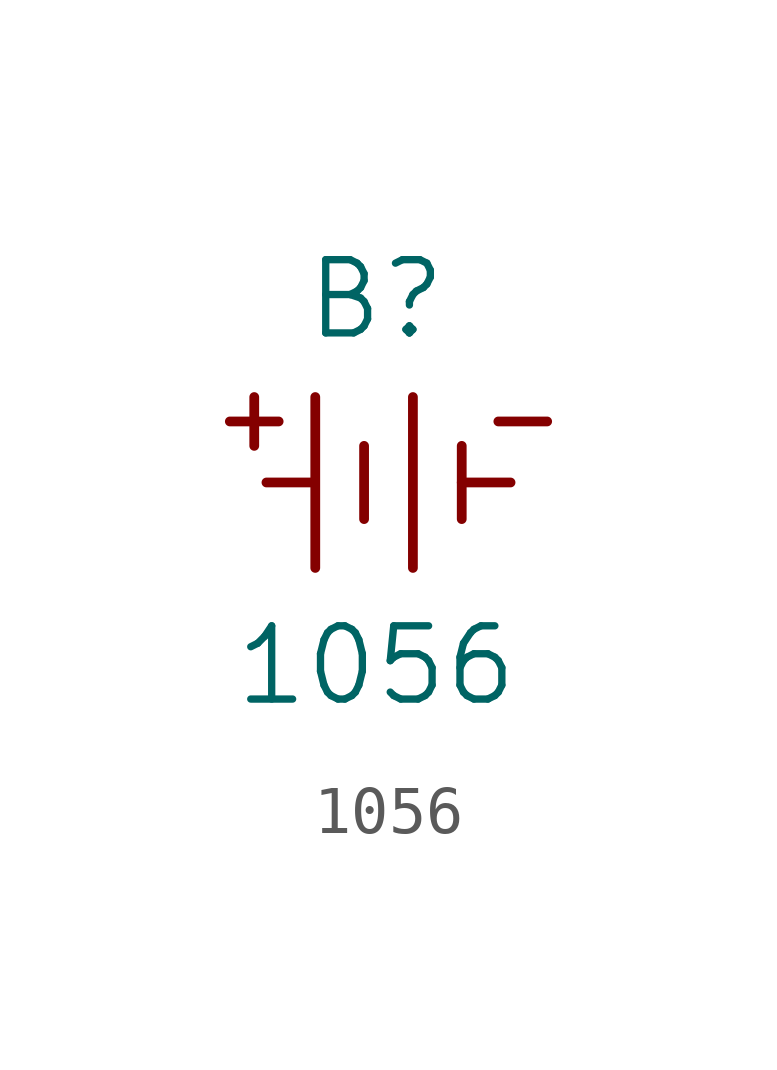
<source format=kicad_sym>
(kicad_symbol_lib
  (version 20211014)
  (generator kicad_symbol_editor)
  (symbol "1056"
    (pin_names
      (offset 0.254))
    (property "Reference" "B"
      (at 4.826 3.81 0)
      (effects (font (size 1.524 1.524))))
    (property "Value" "1056"
      (at 4.826 -3.81 0)
      (effects (font (size 1.524 1.524))))
    (symbol "1056_0_1"
      (polyline (pts (xy 2.286 .762) (xy 2.286 1.778)) (stroke (width .2032) (type default) (color 0 0 0 0)) (fill (type none)))
      (polyline (pts (xy 6.604 0) (xy 7.62 0)) (stroke (width .2032) (type default) (color 0 0 0 0)) (fill (type none)))
      (polyline (pts (xy 3.556 -1.778) (xy 3.556 1.778)) (stroke (width .2032) (type default) (color 0 0 0 0)) (fill (type none)))
      (polyline (pts (xy 1.778 1.27) (xy 2.794 1.27)) (stroke (width .2032) (type default) (color 0 0 0 0)) (fill (type none)))
      (polyline (pts (xy 2.54 0) (xy 3.48 0)) (stroke (width .2032) (type default) (color 0 0 0 0)) (fill (type none)))
      (polyline (pts (xy 5.588 -1.778) (xy 5.588 1.778)) (stroke (width .2032) (type default) (color 0 0 0 0)) (fill (type none)))
      (polyline (pts (xy 6.604 .762) (xy 6.604 -.762)) (stroke (width .2032) (type default) (color 0 0 0 0)) (fill (type none)))
      (polyline (pts (xy 4.572 .762) (xy 4.572 -.762)) (stroke (width .2032) (type default) (color 0 0 0 0)) (fill (type none)))
      (polyline (pts (xy 7.366 1.27) (xy 8.382 1.27)) (stroke (width .2032) (type default) (color 0 0 0 0)) (fill (type none))))))
</source>
